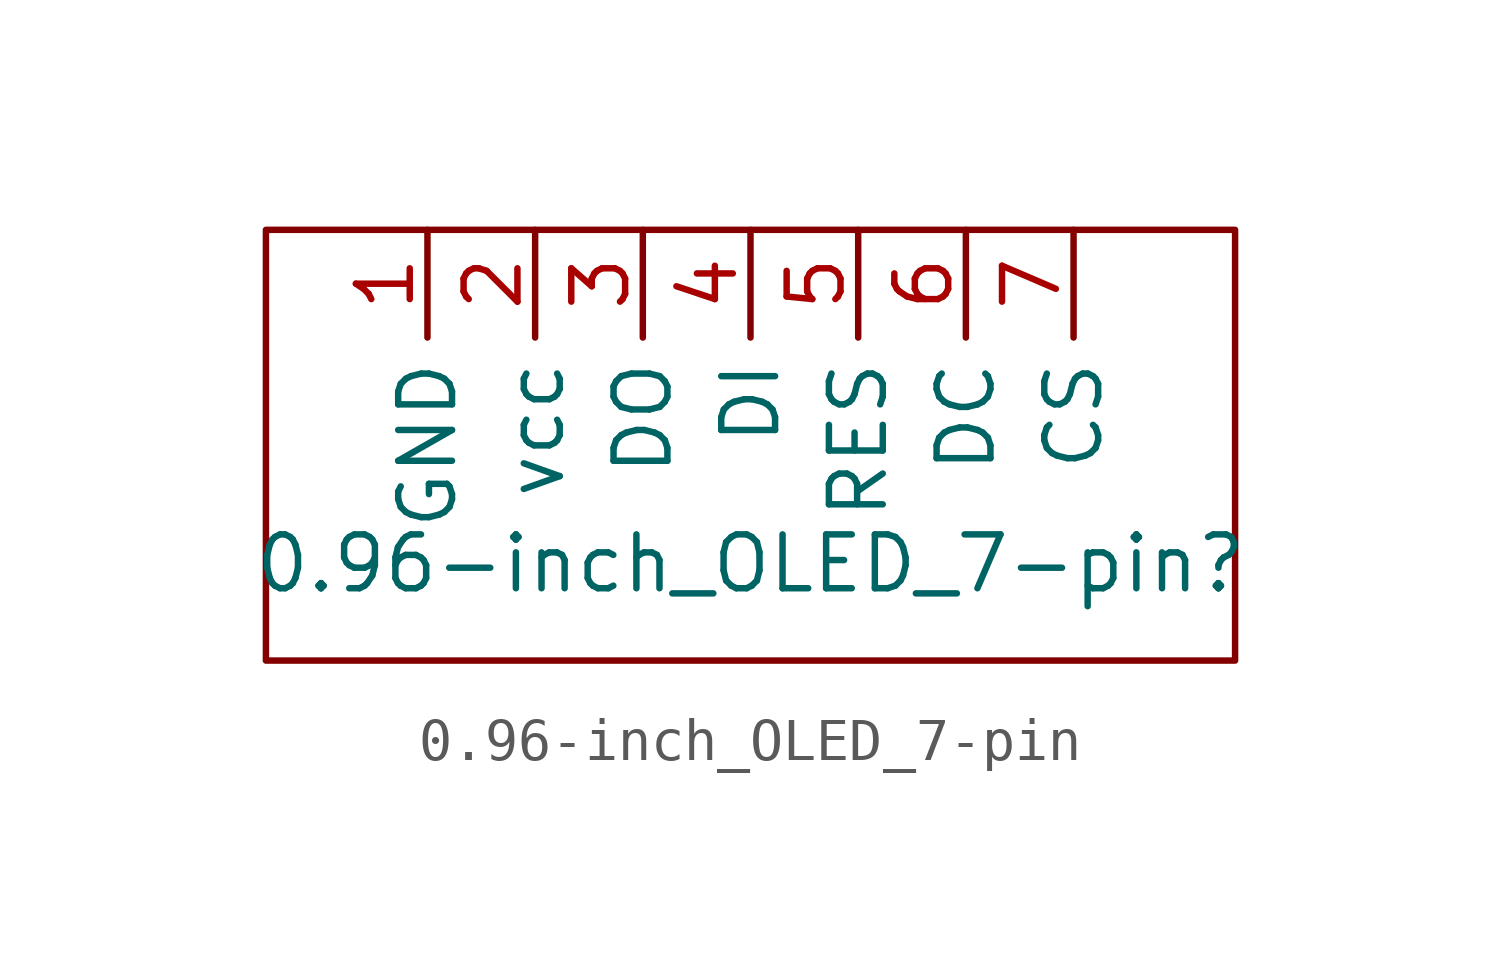
<source format=kicad_sym>
(kicad_symbol_lib
  (version 20231120)
  (generator "kicad_symbol_editor")
  (generator_version "8.0")
  (symbol "0.96-inch_OLED_7-pin"
    (property "Reference" "0.96-inch_OLED_7-pin"
      (at 0 -0.254 0)
      (effects (font (size 1.27 1.27))))
    (property "Value" ""
      (at -1.27 0 0)
      (effects (font (size 1.27 1.27))))
    (symbol "0.96-inch_OLED_7-pin_0_1"
      (rectangle (start -11.43 7.62) (end 11.43 -2.54) (stroke (width 0) (type default)) (fill (type none))))
    (symbol "0.96-inch_OLED_7-pin_1_1"
      (pin input line (at -7.62 7.62 270) (length 2.54) (name "GND" (effects (font (size 1.27 1.27)))) (number "1" (effects (font (size 1.27 1.27)))))
      (pin power_in line (at -5.08 7.62 270) (length 2.54) (name "vcc" (effects (font (size 1.27 1.27)))) (number "2" (effects (font (size 1.27 1.27)))))
      (pin tri_state line (at -2.54 7.62 270) (length 2.54) (name "DO" (effects (font (size 1.27 1.27)))) (number "3" (effects (font (size 1.27 1.27)))))
      (pin input line (at 0 7.62 270) (length 2.54) (name "DI" (effects (font (size 1.27 1.27)))) (number "4" (effects (font (size 1.27 1.27)))))
      (pin input line (at 2.54 7.62 270) (length 2.54) (name "RES" (effects (font (size 1.27 1.27)))) (number "5" (effects (font (size 1.27 1.27)))))
      (pin input line (at 5.08 7.62 270) (length 2.54) (name "DC" (effects (font (size 1.27 1.27)))) (number "6" (effects (font (size 1.27 1.27)))))
      (pin input line (at 7.62 7.62 270) (length 2.54) (name "CS" (effects (font (size 1.27 1.27)))) (number "7" (effects (font (size 1.27 1.27))))))))
</source>
